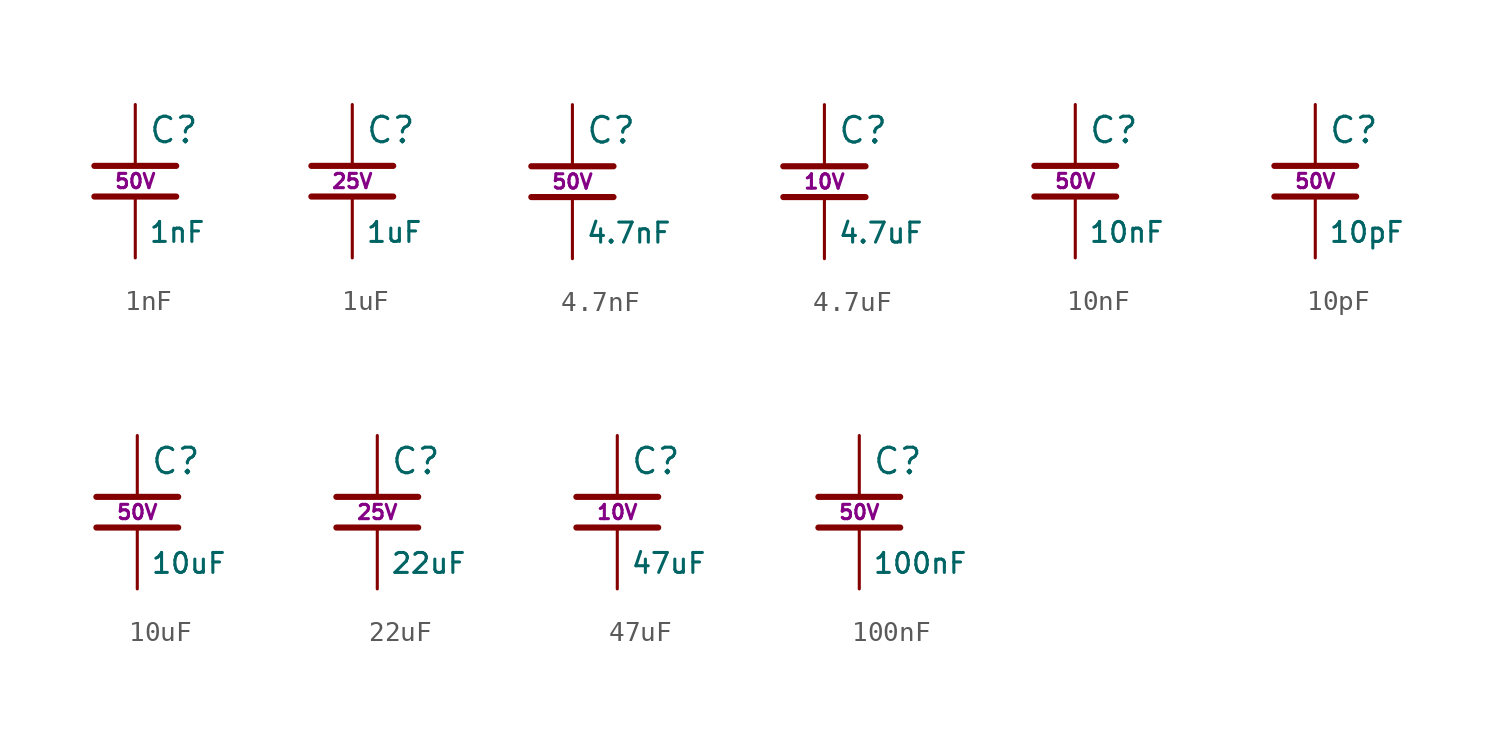
<source format=kicad_sym>
(kicad_symbol_lib
  (version 20241209)
  (generator "kicad_symbol_editor")
  (generator_version "9.0")
  (symbol "1nF"
    (pin_numbers
      (hide yes))
    (pin_names
      (offset 0.254)
      (hide yes))
    (property "Reference" "C"
      (at 0.635 2.54 0)
      (effects (font (size 1.27 1.27)) (justify left)))
    (property "Value" "1nF"
      (at 0.635 -2.54 0)
      (effects (font (size 0.991 0.991)) (justify left)))
    (property "Voltage" "50V"
      (at 0 0 0)
      (effects (font (size 0.711 0.711))))
    (symbol "1nF_1_1"
      (polyline (pts (xy -2.032 0.762) (xy 2.032 0.762)) (stroke (width 0.305) (type default)) (fill (type outline)))
      (polyline (pts (xy -2.032 -0.762) (xy 2.032 -0.762)) (stroke (width 0.305) (type default)) (fill (type outline)))
      (pin passive line (at 0 3.81 270) (length 2.997) (name "~" (effects (font (size 1.27 1.27)))) (number "1" (effects (font (size 1.27 1.27)))))
      (pin passive line (at 0 -3.81 90) (length 2.997) (name "~" (effects (font (size 1.27 1.27)))) (number "2" (effects (font (size 1.27 1.27)))))))
  (symbol "1uF"
    (pin_numbers
      (hide yes))
    (pin_names
      (offset 0.254)
      (hide yes))
    (property "Reference" "C"
      (at 0.635 2.54 0)
      (effects (font (size 1.27 1.27)) (justify left)))
    (property "Value" "1uF"
      (at 0.635 -2.54 0)
      (effects (font (size 0.991 0.991)) (justify left)))
    (property "Voltage" "25V"
      (at 0 0 0)
      (effects (font (size 0.711 0.711))))
    (symbol "1uF_1_1"
      (polyline (pts (xy -2.032 0.762) (xy 2.032 0.762)) (stroke (width 0.305) (type default)) (fill (type outline)))
      (polyline (pts (xy -2.032 -0.762) (xy 2.032 -0.762)) (stroke (width 0.305) (type default)) (fill (type outline)))
      (pin passive line (at 0 3.81 270) (length 2.997) (name "~" (effects (font (size 1.27 1.27)))) (number "1" (effects (font (size 1.27 1.27)))))
      (pin passive line (at 0 -3.81 90) (length 2.997) (name "~" (effects (font (size 1.27 1.27)))) (number "2" (effects (font (size 1.27 1.27)))))))
  (symbol "4.7nF"
    (pin_numbers
      (hide yes))
    (pin_names
      (offset 0.254)
      (hide yes))
    (property "Reference" "C"
      (at 0.635 2.54 0)
      (effects (font (size 1.27 1.27)) (justify left)))
    (property "Value" "4.7nF"
      (at 0.635 -2.54 0)
      (effects (font (size 0.991 0.991)) (justify left)))
    (property "Voltage" "50V"
      (at 0 0 0)
      (effects (font (size 0.711 0.711))))
    (symbol "4.7nF_1_1"
      (polyline (pts (xy -2.032 0.762) (xy 2.032 0.762)) (stroke (width 0.305) (type default)) (fill (type outline)))
      (polyline (pts (xy -2.032 -0.762) (xy 2.032 -0.762)) (stroke (width 0.305) (type default)) (fill (type outline)))
      (pin passive line (at 0 3.81 270) (length 2.997) (name "~" (effects (font (size 1.27 1.27)))) (number "1" (effects (font (size 1.27 1.27)))))
      (pin passive line (at 0 -3.81 90) (length 2.997) (name "~" (effects (font (size 1.27 1.27)))) (number "2" (effects (font (size 1.27 1.27)))))))
  (symbol "4.7uF"
    (pin_numbers
      (hide yes))
    (pin_names
      (offset 0.254)
      (hide yes))
    (property "Reference" "C"
      (at 0.635 2.54 0)
      (effects (font (size 1.27 1.27)) (justify left)))
    (property "Value" "4.7uF"
      (at 0.635 -2.54 0)
      (effects (font (size 0.991 0.991)) (justify left)))
    (property "Voltage" "10V"
      (at 0 0 0)
      (effects (font (size 0.711 0.711))))
    (symbol "4.7uF_1_1"
      (polyline (pts (xy -2.032 0.762) (xy 2.032 0.762)) (stroke (width 0.305) (type default)) (fill (type outline)))
      (polyline (pts (xy -2.032 -0.762) (xy 2.032 -0.762)) (stroke (width 0.305) (type default)) (fill (type outline)))
      (pin passive line (at 0 3.81 270) (length 2.997) (name "~" (effects (font (size 1.27 1.27)))) (number "1" (effects (font (size 1.27 1.27)))))
      (pin passive line (at 0 -3.81 90) (length 2.997) (name "~" (effects (font (size 1.27 1.27)))) (number "2" (effects (font (size 1.27 1.27)))))))
  (symbol "10nF"
    (pin_numbers
      (hide yes))
    (pin_names
      (offset 0.254)
      (hide yes))
    (property "Reference" "C"
      (at 0.635 2.54 0)
      (effects (font (size 1.27 1.27)) (justify left)))
    (property "Value" "10nF"
      (at 0.635 -2.54 0)
      (effects (font (size 0.991 0.991)) (justify left)))
    (property "Voltage" "50V"
      (at 0 0 0)
      (effects (font (size 0.711 0.711))))
    (symbol "10nF_1_1"
      (polyline (pts (xy -2.032 0.762) (xy 2.032 0.762)) (stroke (width 0.305) (type default)) (fill (type outline)))
      (polyline (pts (xy -2.032 -0.762) (xy 2.032 -0.762)) (stroke (width 0.305) (type default)) (fill (type outline)))
      (pin passive line (at 0 3.81 270) (length 2.997) (name "~" (effects (font (size 1.27 1.27)))) (number "1" (effects (font (size 1.27 1.27)))))
      (pin passive line (at 0 -3.81 90) (length 2.997) (name "~" (effects (font (size 1.27 1.27)))) (number "2" (effects (font (size 1.27 1.27)))))))
  (symbol "10pF"
    (pin_numbers
      (hide yes))
    (pin_names
      (offset 0.254)
      (hide yes))
    (property "Reference" "C"
      (at 0.635 2.54 0)
      (effects (font (size 1.27 1.27)) (justify left)))
    (property "Value" "10pF"
      (at 0.635 -2.54 0)
      (effects (font (size 0.991 0.991)) (justify left)))
    (property "Voltage" "50V"
      (at 0 0 0)
      (effects (font (size 0.711 0.711))))
    (symbol "10pF_1_1"
      (polyline (pts (xy -2.032 0.762) (xy 2.032 0.762)) (stroke (width 0.305) (type default)) (fill (type outline)))
      (polyline (pts (xy -2.032 -0.762) (xy 2.032 -0.762)) (stroke (width 0.305) (type default)) (fill (type outline)))
      (pin passive line (at 0 3.81 270) (length 2.997) (name "~" (effects (font (size 1.27 1.27)))) (number "1" (effects (font (size 1.27 1.27)))))
      (pin passive line (at 0 -3.81 90) (length 2.997) (name "~" (effects (font (size 1.27 1.27)))) (number "2" (effects (font (size 1.27 1.27)))))))
  (symbol "10uF"
    (pin_numbers
      (hide yes))
    (pin_names
      (offset 0.254)
      (hide yes))
    (property "Reference" "C"
      (at 0.635 2.54 0)
      (effects (font (size 1.27 1.27)) (justify left)))
    (property "Value" "10uF"
      (at 0.635 -2.54 0)
      (effects (font (size 0.991 0.991)) (justify left)))
    (property "Voltage" "50V"
      (at 0 0 0)
      (effects (font (size 0.711 0.711))))
    (symbol "10uF_1_1"
      (polyline (pts (xy -2.032 0.762) (xy 2.032 0.762)) (stroke (width 0.305) (type default)) (fill (type outline)))
      (polyline (pts (xy -2.032 -0.762) (xy 2.032 -0.762)) (stroke (width 0.305) (type default)) (fill (type outline)))
      (pin passive line (at 0 3.81 270) (length 2.997) (name "~" (effects (font (size 1.27 1.27)))) (number "1" (effects (font (size 1.27 1.27)))))
      (pin passive line (at 0 -3.81 90) (length 2.997) (name "~" (effects (font (size 1.27 1.27)))) (number "2" (effects (font (size 1.27 1.27)))))))
  (symbol "22uF"
    (pin_numbers
      (hide yes))
    (pin_names
      (offset 0.254)
      (hide yes))
    (property "Reference" "C"
      (at 0.635 2.54 0)
      (effects (font (size 1.27 1.27)) (justify left)))
    (property "Value" "22uF"
      (at 0.635 -2.54 0)
      (effects (font (size 0.991 0.991)) (justify left)))
    (property "Voltage" "25V"
      (at 0 0 0)
      (effects (font (size 0.711 0.711))))
    (symbol "22uF_1_1"
      (polyline (pts (xy -2.032 0.762) (xy 2.032 0.762)) (stroke (width 0.305) (type default)) (fill (type outline)))
      (polyline (pts (xy -2.032 -0.762) (xy 2.032 -0.762)) (stroke (width 0.305) (type default)) (fill (type outline)))
      (pin passive line (at 0 3.81 270) (length 2.997) (name "~" (effects (font (size 1.27 1.27)))) (number "1" (effects (font (size 1.27 1.27)))))
      (pin passive line (at 0 -3.81 90) (length 2.997) (name "~" (effects (font (size 1.27 1.27)))) (number "2" (effects (font (size 1.27 1.27)))))))
  (symbol "47uF"
    (pin_numbers
      (hide yes))
    (pin_names
      (offset 0.254)
      (hide yes))
    (property "Reference" "C"
      (at 0.635 2.54 0)
      (effects (font (size 1.27 1.27)) (justify left)))
    (property "Value" "47uF"
      (at 0.635 -2.54 0)
      (effects (font (size 0.991 0.991)) (justify left)))
    (property "Voltage" "10V"
      (at 0 0 0)
      (effects (font (size 0.711 0.711))))
    (symbol "47uF_1_1"
      (polyline (pts (xy -2.032 0.762) (xy 2.032 0.762)) (stroke (width 0.305) (type default)) (fill (type outline)))
      (polyline (pts (xy -2.032 -0.762) (xy 2.032 -0.762)) (stroke (width 0.305) (type default)) (fill (type outline)))
      (pin passive line (at 0 3.81 270) (length 2.997) (name "~" (effects (font (size 1.27 1.27)))) (number "1" (effects (font (size 1.27 1.27)))))
      (pin passive line (at 0 -3.81 90) (length 2.997) (name "~" (effects (font (size 1.27 1.27)))) (number "2" (effects (font (size 1.27 1.27)))))))
  (symbol "100nF"
    (pin_numbers
      (hide yes))
    (pin_names
      (offset 0.254)
      (hide yes))
    (property "Reference" "C"
      (at 0.635 2.54 0)
      (effects (font (size 1.27 1.27)) (justify left)))
    (property "Value" "100nF"
      (at 0.635 -2.54 0)
      (effects (font (size 0.991 0.991)) (justify left)))
    (property "Voltage" "50V"
      (at 0 0 0)
      (effects (font (size 0.711 0.711))))
    (symbol "100nF_1_1"
      (polyline (pts (xy -2.032 0.762) (xy 2.032 0.762)) (stroke (width 0.305) (type default)) (fill (type outline)))
      (polyline (pts (xy -2.032 -0.762) (xy 2.032 -0.762)) (stroke (width 0.305) (type default)) (fill (type outline)))
      (pin passive line (at 0 3.81 270) (length 2.997) (name "~" (effects (font (size 1.27 1.27)))) (number "1" (effects (font (size 1.27 1.27)))))
      (pin passive line (at 0 -3.81 90) (length 2.997) (name "~" (effects (font (size 1.27 1.27)))) (number "2" (effects (font (size 1.27 1.27))))))))
</source>
